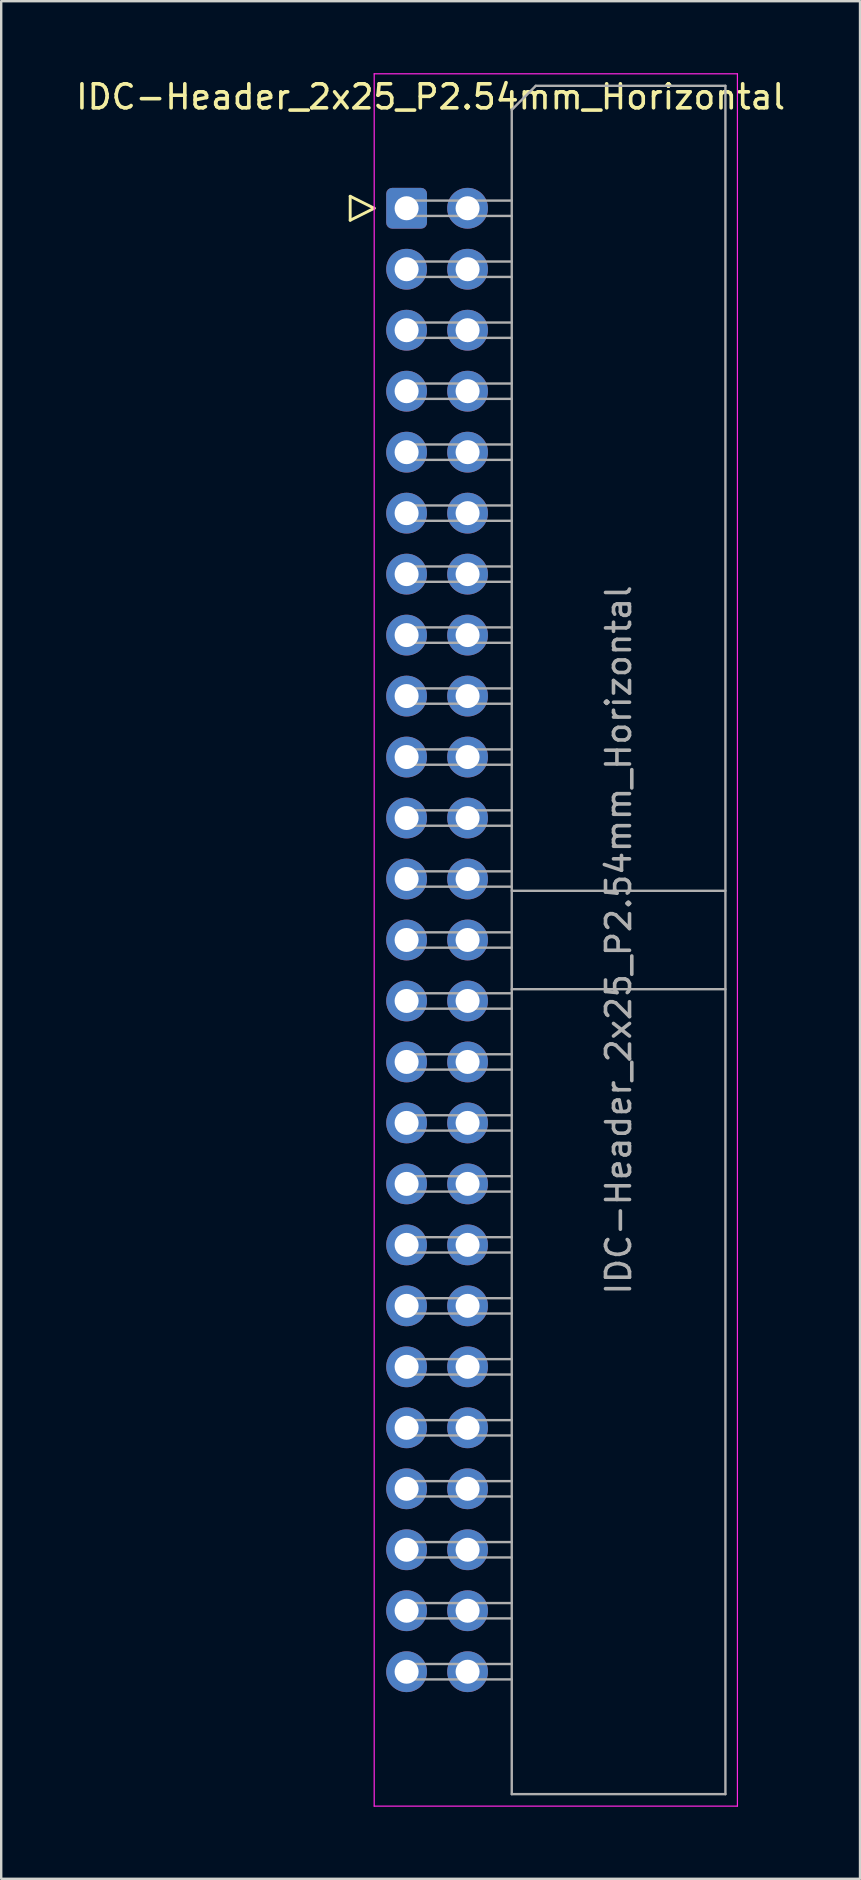
<source format=kicad_pcb>
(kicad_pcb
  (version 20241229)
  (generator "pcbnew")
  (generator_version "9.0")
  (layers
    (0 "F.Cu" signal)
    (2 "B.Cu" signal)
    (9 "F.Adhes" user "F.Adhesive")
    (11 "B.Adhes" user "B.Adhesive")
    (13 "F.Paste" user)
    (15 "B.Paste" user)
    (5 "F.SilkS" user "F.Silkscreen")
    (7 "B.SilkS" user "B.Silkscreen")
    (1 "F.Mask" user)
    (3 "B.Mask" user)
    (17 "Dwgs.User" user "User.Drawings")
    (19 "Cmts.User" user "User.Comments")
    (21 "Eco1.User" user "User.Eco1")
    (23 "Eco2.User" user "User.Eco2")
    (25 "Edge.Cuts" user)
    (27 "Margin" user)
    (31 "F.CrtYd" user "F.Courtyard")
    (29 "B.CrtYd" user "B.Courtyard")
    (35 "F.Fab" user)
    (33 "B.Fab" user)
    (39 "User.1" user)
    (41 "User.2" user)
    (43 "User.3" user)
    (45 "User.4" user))
  (footprint "IDC-Header_2x25_P2.54mm_Horizontal"
    (layer "F.Cu")
    (at 13.887 5.625)
    (property "Reference" "IDC-Header_2x25_P2.54mm_Horizontal" (at 1 -4.64 0) (layer "F.SilkS") (effects (font (size 1 1) (thickness 0.15))))
    (attr through_hole)
    (fp_line (start -2.35 -0.5) (end -2.35 0.5) (stroke (width 0.12) (type solid)) (layer "F.SilkS"))
    (fp_line (start -2.35 0.5) (end -1.35 0) (stroke (width 0.12) (type solid)) (layer "F.SilkS"))
    (fp_line (start -1.35 0) (end -2.35 -0.5) (stroke (width 0.12) (type solid)) (layer "F.SilkS"))
    (fp_line (start -1.35 -5.6) (end -1.35 66.56) (stroke (width 0.05) (type solid)) (layer "F.CrtYd"))
    (fp_line (start -1.35 66.56) (end 13.78 66.56) (stroke (width 0.05) (type solid)) (layer "F.CrtYd"))
    (fp_line (start 13.78 -5.6) (end -1.35 -5.6) (stroke (width 0.05) (type solid)) (layer "F.CrtYd"))
    (fp_line (start 13.78 66.56) (end 13.78 -5.6) (stroke (width 0.05) (type solid)) (layer "F.CrtYd"))
    (fp_line (start -0.32 -0.32) (end -0.32 0.32) (stroke (width 0.1) (type solid)) (layer "F.Fab"))
    (fp_line (start -0.32 0.32) (end 4.38 0.32) (stroke (width 0.1) (type solid)) (layer "F.Fab"))
    (fp_line (start -0.32 2.22) (end -0.32 2.86) (stroke (width 0.1) (type solid)) (layer "F.Fab"))
    (fp_line (start -0.32 2.86) (end 4.38 2.86) (stroke (width 0.1) (type solid)) (layer "F.Fab"))
    (fp_line (start -0.32 4.76) (end -0.32 5.4) (stroke (width 0.1) (type solid)) (layer "F.Fab"))
    (fp_line (start -0.32 5.4) (end 4.38 5.4) (stroke (width 0.1) (type solid)) (layer "F.Fab"))
    (fp_line (start -0.32 7.3) (end -0.32 7.94) (stroke (width 0.1) (type solid)) (layer "F.Fab"))
    (fp_line (start -0.32 7.94) (end 4.38 7.94) (stroke (width 0.1) (type solid)) (layer "F.Fab"))
    (fp_line (start -0.32 9.84) (end -0.32 10.48) (stroke (width 0.1) (type solid)) (layer "F.Fab"))
    (fp_line (start -0.32 10.48) (end 4.38 10.48) (stroke (width 0.1) (type solid)) (layer "F.Fab"))
    (fp_line (start -0.32 12.38) (end -0.32 13.02) (stroke (width 0.1) (type solid)) (layer "F.Fab"))
    (fp_line (start -0.32 13.02) (end 4.38 13.02) (stroke (width 0.1) (type solid)) (layer "F.Fab"))
    (fp_line (start -0.32 14.92) (end -0.32 15.56) (stroke (width 0.1) (type solid)) (layer "F.Fab"))
    (fp_line (start -0.32 15.56) (end 4.38 15.56) (stroke (width 0.1) (type solid)) (layer "F.Fab"))
    (fp_line (start -0.32 17.46) (end -0.32 18.1) (stroke (width 0.1) (type solid)) (layer "F.Fab"))
    (fp_line (start -0.32 18.1) (end 4.38 18.1) (stroke (width 0.1) (type solid)) (layer "F.Fab"))
    (fp_line (start -0.32 20) (end -0.32 20.64) (stroke (width 0.1) (type solid)) (layer "F.Fab"))
    (fp_line (start -0.32 20.64) (end 4.38 20.64) (stroke (width 0.1) (type solid)) (layer "F.Fab"))
    (fp_line (start -0.32 22.54) (end -0.32 23.18) (stroke (width 0.1) (type solid)) (layer "F.Fab"))
    (fp_line (start -0.32 23.18) (end 4.38 23.18) (stroke (width 0.1) (type solid)) (layer "F.Fab"))
    (fp_line (start -0.32 25.08) (end -0.32 25.72) (stroke (width 0.1) (type solid)) (layer "F.Fab"))
    (fp_line (start -0.32 25.72) (end 4.38 25.72) (stroke (width 0.1) (type solid)) (layer "F.Fab"))
    (fp_line (start -0.32 27.62) (end -0.32 28.26) (stroke (width 0.1) (type solid)) (layer "F.Fab"))
    (fp_line (start -0.32 28.26) (end 4.38 28.26) (stroke (width 0.1) (type solid)) (layer "F.Fab"))
    (fp_line (start -0.32 30.16) (end -0.32 30.8) (stroke (width 0.1) (type solid)) (layer "F.Fab"))
    (fp_line (start -0.32 30.8) (end 4.38 30.8) (stroke (width 0.1) (type solid)) (layer "F.Fab"))
    (fp_line (start -0.32 32.7) (end -0.32 33.34) (stroke (width 0.1) (type solid)) (layer "F.Fab"))
    (fp_line (start -0.32 33.34) (end 4.38 33.34) (stroke (width 0.1) (type solid)) (layer "F.Fab"))
    (fp_line (start -0.32 35.24) (end -0.32 35.88) (stroke (width 0.1) (type solid)) (layer "F.Fab"))
    (fp_line (start -0.32 35.88) (end 4.38 35.88) (stroke (width 0.1) (type solid)) (layer "F.Fab"))
    (fp_line (start -0.32 37.78) (end -0.32 38.42) (stroke (width 0.1) (type solid)) (layer "F.Fab"))
    (fp_line (start -0.32 38.42) (end 4.38 38.42) (stroke (width 0.1) (type solid)) (layer "F.Fab"))
    (fp_line (start -0.32 40.32) (end -0.32 40.96) (stroke (width 0.1) (type solid)) (layer "F.Fab"))
    (fp_line (start -0.32 40.96) (end 4.38 40.96) (stroke (width 0.1) (type solid)) (layer "F.Fab"))
    (fp_line (start -0.32 42.86) (end -0.32 43.5) (stroke (width 0.1) (type solid)) (layer "F.Fab"))
    (fp_line (start -0.32 43.5) (end 4.38 43.5) (stroke (width 0.1) (type solid)) (layer "F.Fab"))
    (fp_line (start -0.32 45.4) (end -0.32 46.04) (stroke (width 0.1) (type solid)) (layer "F.Fab"))
    (fp_line (start -0.32 46.04) (end 4.38 46.04) (stroke (width 0.1) (type solid)) (layer "F.Fab"))
    (fp_line (start -0.32 47.94) (end -0.32 48.58) (stroke (width 0.1) (type solid)) (layer "F.Fab"))
    (fp_line (start -0.32 48.58) (end 4.38 48.58) (stroke (width 0.1) (type solid)) (layer "F.Fab"))
    (fp_line (start -0.32 50.48) (end -0.32 51.12) (stroke (width 0.1) (type solid)) (layer "F.Fab"))
    (fp_line (start -0.32 51.12) (end 4.38 51.12) (stroke (width 0.1) (type solid)) (layer "F.Fab"))
    (fp_line (start -0.32 53.02) (end -0.32 53.66) (stroke (width 0.1) (type solid)) (layer "F.Fab"))
    (fp_line (start -0.32 53.66) (end 4.38 53.66) (stroke (width 0.1) (type solid)) (layer "F.Fab"))
    (fp_line (start -0.32 55.56) (end -0.32 56.2) (stroke (width 0.1) (type solid)) (layer "F.Fab"))
    (fp_line (start -0.32 56.2) (end 4.38 56.2) (stroke (width 0.1) (type solid)) (layer "F.Fab"))
    (fp_line (start -0.32 58.1) (end -0.32 58.74) (stroke (width 0.1) (type solid)) (layer "F.Fab"))
    (fp_line (start -0.32 58.74) (end 4.38 58.74) (stroke (width 0.1) (type solid)) (layer "F.Fab"))
    (fp_line (start -0.32 60.64) (end -0.32 61.28) (stroke (width 0.1) (type solid)) (layer "F.Fab"))
    (fp_line (start -0.32 61.28) (end 4.38 61.28) (stroke (width 0.1) (type solid)) (layer "F.Fab"))
    (fp_line (start 4.38 -4.1) (end 5.38 -5.1) (stroke (width 0.1) (type solid)) (layer "F.Fab"))
    (fp_line (start 4.38 -0.32) (end -0.32 -0.32) (stroke (width 0.1) (type solid)) (layer "F.Fab"))
    (fp_line (start 4.38 2.22) (end -0.32 2.22) (stroke (width 0.1) (type solid)) (layer "F.Fab"))
    (fp_line (start 4.38 4.76) (end -0.32 4.76) (stroke (width 0.1) (type solid)) (layer "F.Fab"))
    (fp_line (start 4.38 7.3) (end -0.32 7.3) (stroke (width 0.1) (type solid)) (layer "F.Fab"))
    (fp_line (start 4.38 9.84) (end -0.32 9.84) (stroke (width 0.1) (type solid)) (layer "F.Fab"))
    (fp_line (start 4.38 12.38) (end -0.32 12.38) (stroke (width 0.1) (type solid)) (layer "F.Fab"))
    (fp_line (start 4.38 14.92) (end -0.32 14.92) (stroke (width 0.1) (type solid)) (layer "F.Fab"))
    (fp_line (start 4.38 17.46) (end -0.32 17.46) (stroke (width 0.1) (type solid)) (layer "F.Fab"))
    (fp_line (start 4.38 20) (end -0.32 20) (stroke (width 0.1) (type solid)) (layer "F.Fab"))
    (fp_line (start 4.38 22.54) (end -0.32 22.54) (stroke (width 0.1) (type solid)) (layer "F.Fab"))
    (fp_line (start 4.38 25.08) (end -0.32 25.08) (stroke (width 0.1) (type solid)) (layer "F.Fab"))
    (fp_line (start 4.38 27.62) (end -0.32 27.62) (stroke (width 0.1) (type solid)) (layer "F.Fab"))
    (fp_line (start 4.38 28.43) (end 13.28 28.43) (stroke (width 0.1) (type solid)) (layer "F.Fab"))
    (fp_line (start 4.38 30.16) (end -0.32 30.16) (stroke (width 0.1) (type solid)) (layer "F.Fab"))
    (fp_line (start 4.38 32.53) (end 13.28 32.53) (stroke (width 0.1) (type solid)) (layer "F.Fab"))
    (fp_line (start 4.38 32.7) (end -0.32 32.7) (stroke (width 0.1) (type solid)) (layer "F.Fab"))
    (fp_line (start 4.38 35.24) (end -0.32 35.24) (stroke (width 0.1) (type solid)) (layer "F.Fab"))
    (fp_line (start 4.38 37.78) (end -0.32 37.78) (stroke (width 0.1) (type solid)) (layer "F.Fab"))
    (fp_line (start 4.38 40.32) (end -0.32 40.32) (stroke (width 0.1) (type solid)) (layer "F.Fab"))
    (fp_line (start 4.38 42.86) (end -0.32 42.86) (stroke (width 0.1) (type solid)) (layer "F.Fab"))
    (fp_line (start 4.38 45.4) (end -0.32 45.4) (stroke (width 0.1) (type solid)) (layer "F.Fab"))
    (fp_line (start 4.38 47.94) (end -0.32 47.94) (stroke (width 0.1) (type solid)) (layer "F.Fab"))
    (fp_line (start 4.38 50.48) (end -0.32 50.48) (stroke (width 0.1) (type solid)) (layer "F.Fab"))
    (fp_line (start 4.38 53.02) (end -0.32 53.02) (stroke (width 0.1) (type solid)) (layer "F.Fab"))
    (fp_line (start 4.38 55.56) (end -0.32 55.56) (stroke (width 0.1) (type solid)) (layer "F.Fab"))
    (fp_line (start 4.38 58.1) (end -0.32 58.1) (stroke (width 0.1) (type solid)) (layer "F.Fab"))
    (fp_line (start 4.38 60.64) (end -0.32 60.64) (stroke (width 0.1) (type solid)) (layer "F.Fab"))
    (fp_line (start 4.38 66.06) (end 4.38 -4.1) (stroke (width 0.1) (type solid)) (layer "F.Fab"))
    (fp_line (start 5.38 -5.1) (end 13.28 -5.1) (stroke (width 0.1) (type solid)) (layer "F.Fab"))
    (fp_line (start 13.28 -5.1) (end 13.28 66.06) (stroke (width 0.1) (type solid)) (layer "F.Fab"))
    (fp_line (start 13.28 66.06) (end 4.38 66.06) (stroke (width 0.1) (type solid)) (layer "F.Fab"))
    (fp_text user "${REFERENCE}" (at 8.83 30.48 90) (layer "F.Fab") (effects (font (size 1 1) (thickness 0.15))))
    (pad "1" thru_hole roundrect (at 0 0) (size 1.7 1.7) (drill 1) (layers "*.Cu" "*.Mask") (roundrect_rratio 0.147))
    (pad "2" thru_hole circle (at 2.54 0) (size 1.7 1.7) (drill 1) (layers "*.Cu" "*.Mask"))
    (pad "3" thru_hole circle (at 0 2.54) (size 1.7 1.7) (drill 1) (layers "*.Cu" "*.Mask"))
    (pad "4" thru_hole circle (at 2.54 2.54) (size 1.7 1.7) (drill 1) (layers "*.Cu" "*.Mask"))
    (pad "5" thru_hole circle (at 0 5.08) (size 1.7 1.7) (drill 1) (layers "*.Cu" "*.Mask"))
    (pad "6" thru_hole circle (at 2.54 5.08) (size 1.7 1.7) (drill 1) (layers "*.Cu" "*.Mask"))
    (pad "7" thru_hole circle (at 0 7.62) (size 1.7 1.7) (drill 1) (layers "*.Cu" "*.Mask"))
    (pad "8" thru_hole circle (at 2.54 7.62) (size 1.7 1.7) (drill 1) (layers "*.Cu" "*.Mask"))
    (pad "9" thru_hole circle (at 0 10.16) (size 1.7 1.7) (drill 1) (layers "*.Cu" "*.Mask"))
    (pad "10" thru_hole circle (at 2.54 10.16) (size 1.7 1.7) (drill 1) (layers "*.Cu" "*.Mask"))
    (pad "11" thru_hole circle (at 0 12.7) (size 1.7 1.7) (drill 1) (layers "*.Cu" "*.Mask"))
    (pad "12" thru_hole circle (at 2.54 12.7) (size 1.7 1.7) (drill 1) (layers "*.Cu" "*.Mask"))
    (pad "13" thru_hole circle (at 0 15.24) (size 1.7 1.7) (drill 1) (layers "*.Cu" "*.Mask"))
    (pad "14" thru_hole circle (at 2.54 15.24) (size 1.7 1.7) (drill 1) (layers "*.Cu" "*.Mask"))
    (pad "15" thru_hole circle (at 0 17.78) (size 1.7 1.7) (drill 1) (layers "*.Cu" "*.Mask"))
    (pad "16" thru_hole circle (at 2.54 17.78) (size 1.7 1.7) (drill 1) (layers "*.Cu" "*.Mask"))
    (pad "17" thru_hole circle (at 0 20.32) (size 1.7 1.7) (drill 1) (layers "*.Cu" "*.Mask"))
    (pad "18" thru_hole circle (at 2.54 20.32) (size 1.7 1.7) (drill 1) (layers "*.Cu" "*.Mask"))
    (pad "19" thru_hole circle (at 0 22.86) (size 1.7 1.7) (drill 1) (layers "*.Cu" "*.Mask"))
    (pad "20" thru_hole circle (at 2.54 22.86) (size 1.7 1.7) (drill 1) (layers "*.Cu" "*.Mask"))
    (pad "21" thru_hole circle (at 0 25.4) (size 1.7 1.7) (drill 1) (layers "*.Cu" "*.Mask"))
    (pad "22" thru_hole circle (at 2.54 25.4) (size 1.7 1.7) (drill 1) (layers "*.Cu" "*.Mask"))
    (pad "23" thru_hole circle (at 0 27.94) (size 1.7 1.7) (drill 1) (layers "*.Cu" "*.Mask"))
    (pad "24" thru_hole circle (at 2.54 27.94) (size 1.7 1.7) (drill 1) (layers "*.Cu" "*.Mask"))
    (pad "25" thru_hole circle (at 0 30.48) (size 1.7 1.7) (drill 1) (layers "*.Cu" "*.Mask"))
    (pad "26" thru_hole circle (at 2.54 30.48) (size 1.7 1.7) (drill 1) (layers "*.Cu" "*.Mask"))
    (pad "27" thru_hole circle (at 0 33.02) (size 1.7 1.7) (drill 1) (layers "*.Cu" "*.Mask"))
    (pad "28" thru_hole circle (at 2.54 33.02) (size 1.7 1.7) (drill 1) (layers "*.Cu" "*.Mask"))
    (pad "29" thru_hole circle (at 0 35.56) (size 1.7 1.7) (drill 1) (layers "*.Cu" "*.Mask"))
    (pad "30" thru_hole circle (at 2.54 35.56) (size 1.7 1.7) (drill 1) (layers "*.Cu" "*.Mask"))
    (pad "31" thru_hole circle (at 0 38.1) (size 1.7 1.7) (drill 1) (layers "*.Cu" "*.Mask"))
    (pad "32" thru_hole circle (at 2.54 38.1) (size 1.7 1.7) (drill 1) (layers "*.Cu" "*.Mask"))
    (pad "33" thru_hole circle (at 0 40.64) (size 1.7 1.7) (drill 1) (layers "*.Cu" "*.Mask"))
    (pad "34" thru_hole circle (at 2.54 40.64) (size 1.7 1.7) (drill 1) (layers "*.Cu" "*.Mask"))
    (pad "35" thru_hole circle (at 0 43.18) (size 1.7 1.7) (drill 1) (layers "*.Cu" "*.Mask"))
    (pad "36" thru_hole circle (at 2.54 43.18) (size 1.7 1.7) (drill 1) (layers "*.Cu" "*.Mask"))
    (pad "37" thru_hole circle (at 0 45.72) (size 1.7 1.7) (drill 1) (layers "*.Cu" "*.Mask"))
    (pad "38" thru_hole circle (at 2.54 45.72) (size 1.7 1.7) (drill 1) (layers "*.Cu" "*.Mask"))
    (pad "39" thru_hole circle (at 0 48.26) (size 1.7 1.7) (drill 1) (layers "*.Cu" "*.Mask"))
    (pad "40" thru_hole circle (at 2.54 48.26) (size 1.7 1.7) (drill 1) (layers "*.Cu" "*.Mask"))
    (pad "41" thru_hole circle (at 0 50.8) (size 1.7 1.7) (drill 1) (layers "*.Cu" "*.Mask"))
    (pad "42" thru_hole circle (at 2.54 50.8) (size 1.7 1.7) (drill 1) (layers "*.Cu" "*.Mask"))
    (pad "43" thru_hole circle (at 0 53.34) (size 1.7 1.7) (drill 1) (layers "*.Cu" "*.Mask"))
    (pad "44" thru_hole circle (at 2.54 53.34) (size 1.7 1.7) (drill 1) (layers "*.Cu" "*.Mask"))
    (pad "45" thru_hole circle (at 0 55.88) (size 1.7 1.7) (drill 1) (layers "*.Cu" "*.Mask"))
    (pad "46" thru_hole circle (at 2.54 55.88) (size 1.7 1.7) (drill 1) (layers "*.Cu" "*.Mask"))
    (pad "47" thru_hole circle (at 0 58.42) (size 1.7 1.7) (drill 1) (layers "*.Cu" "*.Mask"))
    (pad "48" thru_hole circle (at 2.54 58.42) (size 1.7 1.7) (drill 1) (layers "*.Cu" "*.Mask"))
    (pad "49" thru_hole circle (at 0 60.96) (size 1.7 1.7) (drill 1) (layers "*.Cu" "*.Mask"))
    (pad "50" thru_hole circle (at 2.54 60.96) (size 1.7 1.7) (drill 1) (layers "*.Cu" "*.Mask")))
  (gr_rect
    (start -3 -3)
    (end 32.774 75.21)
    (stroke (width 0.1) (type default))
    (fill no)
    (layer "Edge.Cuts")))
</source>
